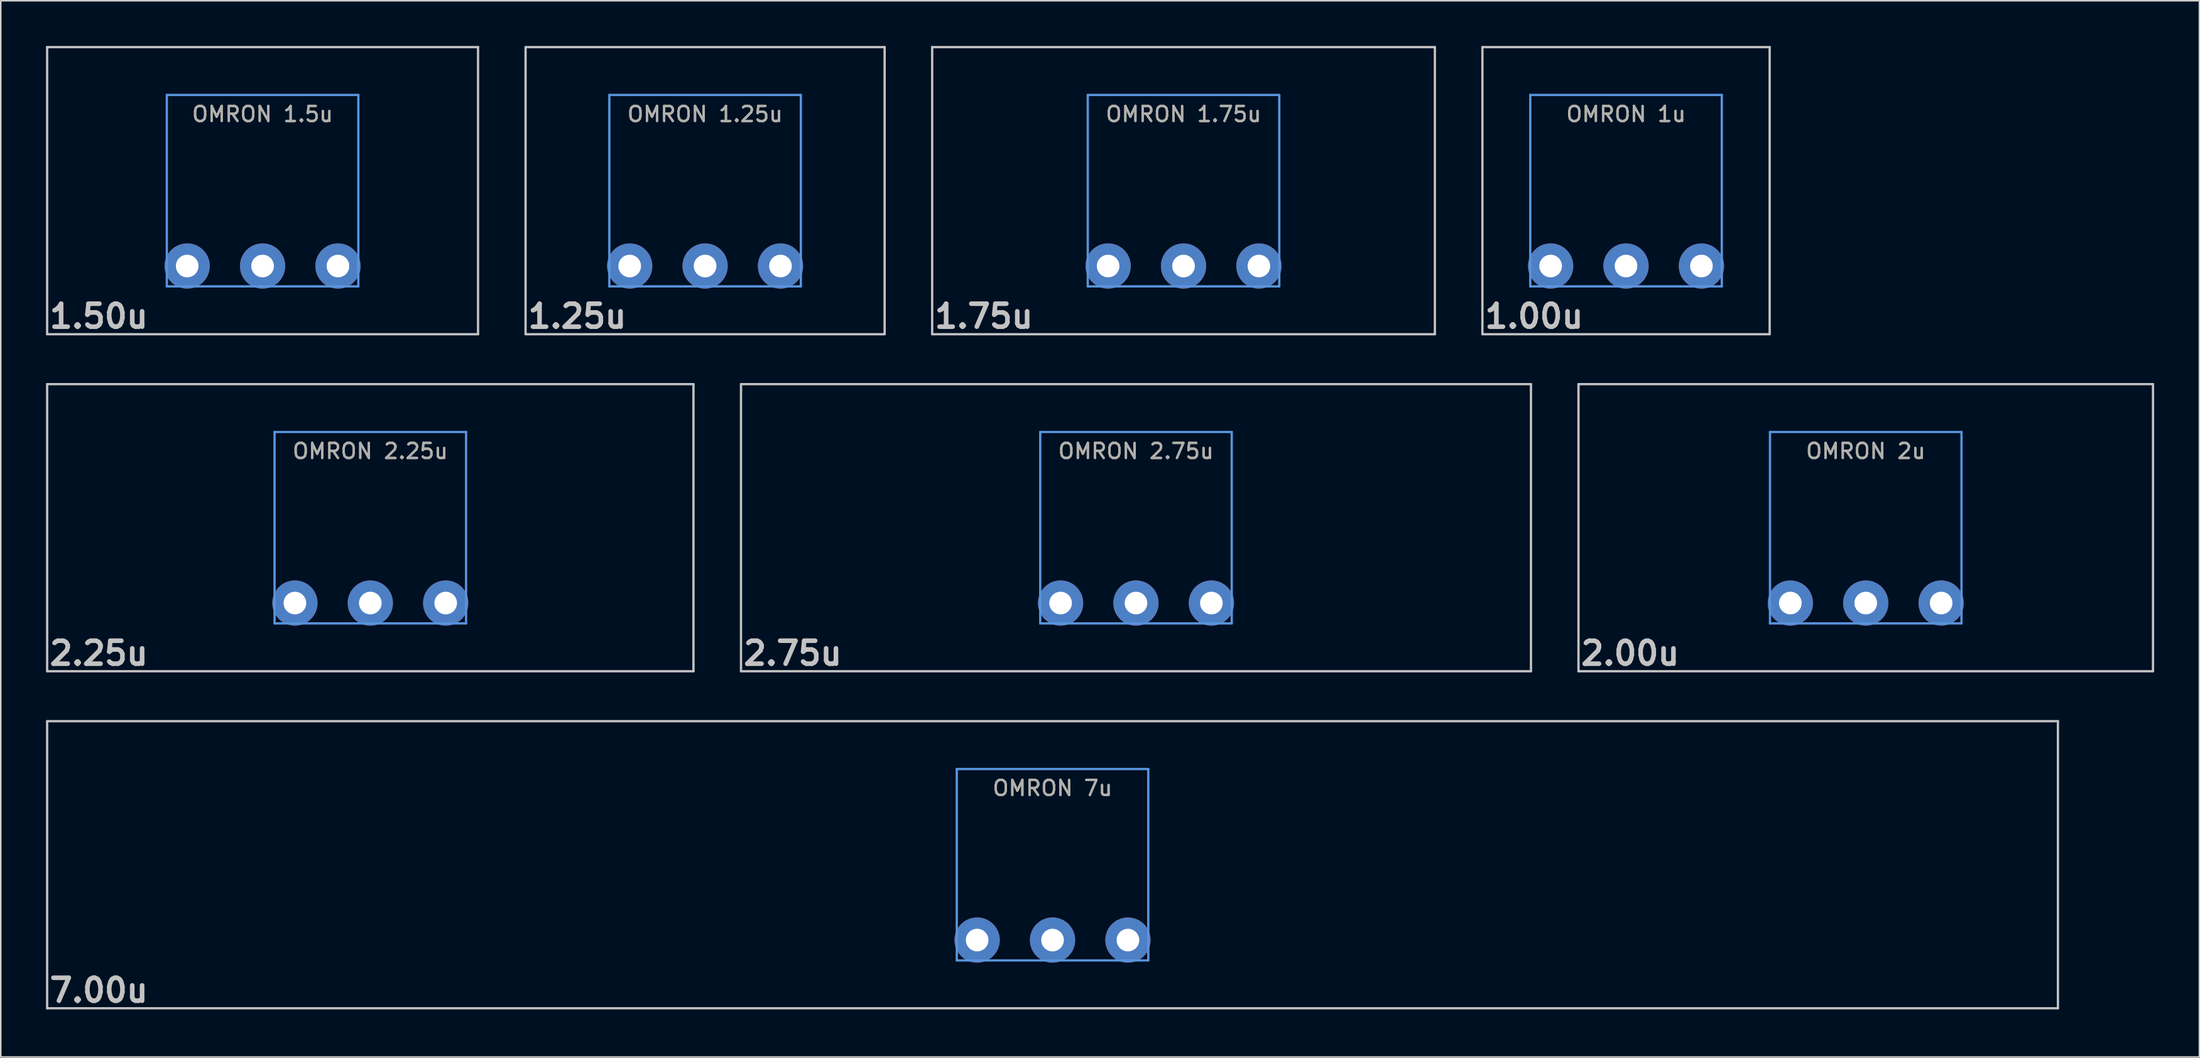
<source format=kicad_pcb>
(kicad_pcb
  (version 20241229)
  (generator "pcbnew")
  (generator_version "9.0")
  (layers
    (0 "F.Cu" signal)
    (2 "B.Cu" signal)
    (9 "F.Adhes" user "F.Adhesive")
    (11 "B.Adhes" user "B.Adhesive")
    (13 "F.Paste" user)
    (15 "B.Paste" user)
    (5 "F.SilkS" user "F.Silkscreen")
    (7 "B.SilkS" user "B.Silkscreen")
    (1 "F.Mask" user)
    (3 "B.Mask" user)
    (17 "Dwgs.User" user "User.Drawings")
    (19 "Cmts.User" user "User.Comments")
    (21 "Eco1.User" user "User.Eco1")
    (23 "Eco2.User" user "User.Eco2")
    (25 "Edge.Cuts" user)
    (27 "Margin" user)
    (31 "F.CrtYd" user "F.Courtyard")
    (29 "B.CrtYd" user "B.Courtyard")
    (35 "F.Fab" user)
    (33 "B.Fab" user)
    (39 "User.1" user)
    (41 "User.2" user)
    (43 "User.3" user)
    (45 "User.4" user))
  (footprint "OMRON 2u"
    (layer "F.Cu")
    (at 120.681 31.963)
    (property "Reference" "OMRON 2u" (at 0 -5.08 0) (unlocked yes) (layer "F.SilkS") (effects (font (size 1 1) (thickness 0.15))))
    (attr through_hole)
    (fp_line (start -19.05 -9.525) (end 19.05 -9.525) (stroke (width 0.152) (type solid)) (layer "Dwgs.User"))
    (fp_line (start -19.05 9.525) (end -19.05 -9.525) (stroke (width 0.152) (type solid)) (layer "Dwgs.User"))
    (fp_line (start 19.05 -9.525) (end 19.05 9.525) (stroke (width 0.152) (type solid)) (layer "Dwgs.User"))
    (fp_line (start 19.05 9.525) (end -19.05 9.525) (stroke (width 0.152) (type solid)) (layer "Dwgs.User"))
    (fp_line (start -6.35 -6.35) (end 6.35 -6.35) (stroke (width 0.152) (type solid)) (layer "Cmts.User"))
    (fp_line (start -6.35 6.35) (end -6.35 -6.35) (stroke (width 0.152) (type solid)) (layer "Cmts.User"))
    (fp_line (start 6.35 -6.35) (end 6.35 6.35) (stroke (width 0.152) (type solid)) (layer "Cmts.User"))
    (fp_line (start 6.35 6.35) (end -6.35 6.35) (stroke (width 0.152) (type solid)) (layer "Cmts.User"))
    (fp_text user "2.00u" (at -19.05 8.334 0) (unlocked yes) (layer "Dwgs.User") (effects (font (size 1.524 1.524) (thickness 0.305)) (justify left)))
    (fp_text user "${REFERENCE}" (at 0 -5.08 0) (unlocked yes) (layer "F.Fab") (effects (font (size 1 1) (thickness 0.15))))
    (pad "1" thru_hole circle (at -5 5) (size 3 3) (drill 1.5) (layers "*.Cu" "*.Mask"))
    (pad "1" thru_hole circle (at 5 5) (size 3 3) (drill 1.5) (layers "*.Cu" "*.Mask"))
    (pad "2" thru_hole circle (at 0 5) (size 3 3) (drill 1.5) (layers "*.Cu" "*.Mask")))
  (footprint "OMRON 1.75u"
    (layer "F.Cu")
    (at 75.438 9.601)
    (property "Reference" "OMRON 1.75u" (at 0 -5.08 0) (unlocked yes) (layer "F.SilkS") (effects (font (size 1 1) (thickness 0.15))))
    (attr through_hole)
    (fp_line (start -16.669 -9.525) (end 16.669 -9.525) (stroke (width 0.152) (type solid)) (layer "Dwgs.User"))
    (fp_line (start -16.669 9.525) (end -16.669 -9.525) (stroke (width 0.152) (type solid)) (layer "Dwgs.User"))
    (fp_line (start 16.669 -9.525) (end 16.669 9.525) (stroke (width 0.152) (type solid)) (layer "Dwgs.User"))
    (fp_line (start 16.669 9.525) (end -16.669 9.525) (stroke (width 0.152) (type solid)) (layer "Dwgs.User"))
    (fp_line (start -6.35 -6.35) (end 6.35 -6.35) (stroke (width 0.152) (type solid)) (layer "Cmts.User"))
    (fp_line (start -6.35 6.35) (end -6.35 -6.35) (stroke (width 0.152) (type solid)) (layer "Cmts.User"))
    (fp_line (start 6.35 -6.35) (end 6.35 6.35) (stroke (width 0.152) (type solid)) (layer "Cmts.User"))
    (fp_line (start 6.35 6.35) (end -6.35 6.35) (stroke (width 0.152) (type solid)) (layer "Cmts.User"))
    (fp_text user "1.75u" (at -16.669 8.334 0) (unlocked yes) (layer "Dwgs.User") (effects (font (size 1.524 1.524) (thickness 0.305)) (justify left)))
    (fp_text user "${REFERENCE}" (at 0 -5.08 0) (unlocked yes) (layer "F.Fab") (effects (font (size 1 1) (thickness 0.15))))
    (pad "1" thru_hole circle (at -5 5) (size 3 3) (drill 1.5) (layers "*.Cu" "*.Mask"))
    (pad "1" thru_hole circle (at 5 5) (size 3 3) (drill 1.5) (layers "*.Cu" "*.Mask"))
    (pad "2" thru_hole circle (at 0 5) (size 3 3) (drill 1.5) (layers "*.Cu" "*.Mask")))
  (footprint "OMRON 2.25u"
    (layer "F.Cu")
    (at 21.508 31.963)
    (property "Reference" "OMRON 2.25u" (at 0 -5.08 0) (unlocked yes) (layer "F.SilkS") (effects (font (size 1 1) (thickness 0.15))))
    (attr through_hole)
    (fp_line (start -21.431 -9.525) (end 21.431 -9.525) (stroke (width 0.152) (type solid)) (layer "Dwgs.User"))
    (fp_line (start -21.431 9.525) (end -21.431 -9.525) (stroke (width 0.152) (type solid)) (layer "Dwgs.User"))
    (fp_line (start 21.431 -9.525) (end 21.431 9.525) (stroke (width 0.152) (type solid)) (layer "Dwgs.User"))
    (fp_line (start 21.431 9.525) (end -21.431 9.525) (stroke (width 0.152) (type solid)) (layer "Dwgs.User"))
    (fp_line (start -6.35 -6.35) (end 6.35 -6.35) (stroke (width 0.152) (type solid)) (layer "Cmts.User"))
    (fp_line (start -6.35 6.35) (end -6.35 -6.35) (stroke (width 0.152) (type solid)) (layer "Cmts.User"))
    (fp_line (start 6.35 -6.35) (end 6.35 6.35) (stroke (width 0.152) (type solid)) (layer "Cmts.User"))
    (fp_line (start 6.35 6.35) (end -6.35 6.35) (stroke (width 0.152) (type solid)) (layer "Cmts.User"))
    (fp_text user "2.25u" (at -21.431 8.334 0) (unlocked yes) (layer "Dwgs.User") (effects (font (size 1.524 1.524) (thickness 0.305)) (justify left)))
    (fp_text user "${REFERENCE}" (at 0 -5.08 0) (unlocked yes) (layer "F.Fab") (effects (font (size 1 1) (thickness 0.15))))
    (pad "1" thru_hole circle (at -5 5) (size 3 3) (drill 1.5) (layers "*.Cu" "*.Mask"))
    (pad "1" thru_hole circle (at 5 5) (size 3 3) (drill 1.5) (layers "*.Cu" "*.Mask"))
    (pad "2" thru_hole circle (at 0 5) (size 3 3) (drill 1.5) (layers "*.Cu" "*.Mask")))
  (footprint "OMRON 7u"
    (layer "F.Cu")
    (at 66.751 54.325)
    (property "Reference" "OMRON 7u" (at 0 -5.08 0) (unlocked yes) (layer "F.SilkS") (effects (font (size 1 1) (thickness 0.15))))
    (attr through_hole)
    (fp_line (start -66.675 -9.525) (end 66.675 -9.525) (stroke (width 0.152) (type solid)) (layer "Dwgs.User"))
    (fp_line (start -66.675 9.525) (end -66.675 -9.525) (stroke (width 0.152) (type solid)) (layer "Dwgs.User"))
    (fp_line (start 66.675 -9.525) (end 66.675 9.525) (stroke (width 0.152) (type solid)) (layer "Dwgs.User"))
    (fp_line (start 66.675 9.525) (end -66.675 9.525) (stroke (width 0.152) (type solid)) (layer "Dwgs.User"))
    (fp_line (start -6.35 -6.35) (end 6.35 -6.35) (stroke (width 0.152) (type solid)) (layer "Cmts.User"))
    (fp_line (start -6.35 6.35) (end -6.35 -6.35) (stroke (width 0.152) (type solid)) (layer "Cmts.User"))
    (fp_line (start 6.35 -6.35) (end 6.35 6.35) (stroke (width 0.152) (type solid)) (layer "Cmts.User"))
    (fp_line (start 6.35 6.35) (end -6.35 6.35) (stroke (width 0.152) (type solid)) (layer "Cmts.User"))
    (fp_text user "7.00u" (at -66.675 8.334 0) (unlocked yes) (layer "Dwgs.User") (effects (font (size 1.524 1.524) (thickness 0.305)) (justify left)))
    (fp_text user "${REFERENCE}" (at 0 -5.08 0) (unlocked yes) (layer "F.Fab") (effects (font (size 1 1) (thickness 0.15))))
    (pad "1" thru_hole circle (at -5 5) (size 3 3) (drill 1.5) (layers "*.Cu" "*.Mask"))
    (pad "1" thru_hole circle (at 5 5) (size 3 3) (drill 1.5) (layers "*.Cu" "*.Mask"))
    (pad "2" thru_hole circle (at 0 5) (size 3 3) (drill 1.5) (layers "*.Cu" "*.Mask")))
  (footprint "OMRON 1.5u"
    (layer "F.Cu")
    (at 14.364 9.601)
    (property "Reference" "OMRON 1.5u" (at 0 -5.08 0) (unlocked yes) (layer "F.SilkS") (effects (font (size 1 1) (thickness 0.15))))
    (attr through_hole)
    (fp_line (start -14.288 -9.525) (end 14.288 -9.525) (stroke (width 0.152) (type solid)) (layer "Dwgs.User"))
    (fp_line (start -14.288 9.525) (end -14.288 -9.525) (stroke (width 0.152) (type solid)) (layer "Dwgs.User"))
    (fp_line (start 14.288 -9.525) (end 14.288 9.525) (stroke (width 0.152) (type solid)) (layer "Dwgs.User"))
    (fp_line (start 14.288 9.525) (end -14.288 9.525) (stroke (width 0.152) (type solid)) (layer "Dwgs.User"))
    (fp_line (start -6.35 -6.35) (end 6.35 -6.35) (stroke (width 0.152) (type solid)) (layer "Cmts.User"))
    (fp_line (start -6.35 6.35) (end -6.35 -6.35) (stroke (width 0.152) (type solid)) (layer "Cmts.User"))
    (fp_line (start 6.35 -6.35) (end 6.35 6.35) (stroke (width 0.152) (type solid)) (layer "Cmts.User"))
    (fp_line (start 6.35 6.35) (end -6.35 6.35) (stroke (width 0.152) (type solid)) (layer "Cmts.User"))
    (fp_text user "1.50u" (at -14.288 8.334 0) (unlocked yes) (layer "Dwgs.User") (effects (font (size 1.524 1.524) (thickness 0.305)) (justify left)))
    (fp_text user "${REFERENCE}" (at 0 -5.08 0) (unlocked yes) (layer "F.Fab") (effects (font (size 1 1) (thickness 0.15))))
    (pad "1" thru_hole circle (at -5 5) (size 3 3) (drill 1.5) (layers "*.Cu" "*.Mask"))
    (pad "1" thru_hole circle (at 5 5) (size 3 3) (drill 1.5) (layers "*.Cu" "*.Mask"))
    (pad "2" thru_hole circle (at 0 5) (size 3 3) (drill 1.5) (layers "*.Cu" "*.Mask")))
  (footprint "OMRON 1u"
    (layer "F.Cu")
    (at 104.784 9.601)
    (property "Reference" "OMRON 1u" (at 0 -5.08 0) (unlocked yes) (layer "F.SilkS") (effects (font (size 1 1) (thickness 0.15))))
    (attr through_hole)
    (fp_line (start -9.525 -9.525) (end 9.525 -9.525) (stroke (width 0.152) (type solid)) (layer "Dwgs.User"))
    (fp_line (start -9.525 9.525) (end -9.525 -9.525) (stroke (width 0.152) (type solid)) (layer "Dwgs.User"))
    (fp_line (start 9.525 -9.525) (end 9.525 9.525) (stroke (width 0.152) (type solid)) (layer "Dwgs.User"))
    (fp_line (start 9.525 9.525) (end -9.525 9.525) (stroke (width 0.152) (type solid)) (layer "Dwgs.User"))
    (fp_line (start -6.35 -6.35) (end 6.35 -6.35) (stroke (width 0.152) (type solid)) (layer "Cmts.User"))
    (fp_line (start -6.35 6.35) (end -6.35 -6.35) (stroke (width 0.152) (type solid)) (layer "Cmts.User"))
    (fp_line (start 6.35 -6.35) (end 6.35 6.35) (stroke (width 0.152) (type solid)) (layer "Cmts.User"))
    (fp_line (start 6.35 6.35) (end -6.35 6.35) (stroke (width 0.152) (type solid)) (layer "Cmts.User"))
    (fp_text user "1.00u" (at -9.525 8.334 0) (unlocked yes) (layer "Dwgs.User") (effects (font (size 1.524 1.524) (thickness 0.305)) (justify left)))
    (fp_text user "${REFERENCE}" (at 0 -5.08 0) (unlocked yes) (layer "F.Fab") (effects (font (size 1 1) (thickness 0.15))))
    (pad "1" thru_hole circle (at -5 5) (size 3 3) (drill 1.5) (layers "*.Cu" "*.Mask"))
    (pad "1" thru_hole circle (at 5 5) (size 3 3) (drill 1.5) (layers "*.Cu" "*.Mask"))
    (pad "2" thru_hole circle (at 0 5) (size 3 3) (drill 1.5) (layers "*.Cu" "*.Mask")))
  (footprint "OMRON 1.25u"
    (layer "F.Cu")
    (at 43.71 9.601)
    (property "Reference" "OMRON 1.25u" (at 0 -5.08 0) (unlocked yes) (layer "F.SilkS") (effects (font (size 1 1) (thickness 0.15))))
    (attr through_hole)
    (fp_line (start -11.906 -9.525) (end 11.906 -9.525) (stroke (width 0.152) (type solid)) (layer "Dwgs.User"))
    (fp_line (start -11.906 9.525) (end -11.906 -9.525) (stroke (width 0.152) (type solid)) (layer "Dwgs.User"))
    (fp_line (start 11.906 -9.525) (end 11.906 9.525) (stroke (width 0.152) (type solid)) (layer "Dwgs.User"))
    (fp_line (start 11.906 9.525) (end -11.906 9.525) (stroke (width 0.152) (type solid)) (layer "Dwgs.User"))
    (fp_line (start -6.35 -6.35) (end 6.35 -6.35) (stroke (width 0.152) (type solid)) (layer "Cmts.User"))
    (fp_line (start -6.35 6.35) (end -6.35 -6.35) (stroke (width 0.152) (type solid)) (layer "Cmts.User"))
    (fp_line (start 6.35 -6.35) (end 6.35 6.35) (stroke (width 0.152) (type solid)) (layer "Cmts.User"))
    (fp_line (start 6.35 6.35) (end -6.35 6.35) (stroke (width 0.152) (type solid)) (layer "Cmts.User"))
    (fp_text user "1.25u" (at -11.906 8.334 0) (unlocked yes) (layer "Dwgs.User") (effects (font (size 1.524 1.524) (thickness 0.305)) (justify left)))
    (fp_text user "${REFERENCE}" (at 0 -5.08 0) (unlocked yes) (layer "F.Fab") (effects (font (size 1 1) (thickness 0.15))))
    (pad "1" thru_hole circle (at -5 5) (size 3 3) (drill 1.5) (layers "*.Cu" "*.Mask"))
    (pad "1" thru_hole circle (at 5 5) (size 3 3) (drill 1.5) (layers "*.Cu" "*.Mask"))
    (pad "2" thru_hole circle (at 0 5) (size 3 3) (drill 1.5) (layers "*.Cu" "*.Mask")))
  (footprint "OMRON 2.75u"
    (layer "F.Cu")
    (at 72.285 31.963)
    (property "Reference" "OMRON 2.75u" (at 0 -5.08 0) (unlocked yes) (layer "F.SilkS") (effects (font (size 1 1) (thickness 0.15))))
    (attr through_hole)
    (fp_line (start -26.194 -9.525) (end 26.194 -9.525) (stroke (width 0.152) (type solid)) (layer "Dwgs.User"))
    (fp_line (start -26.194 9.525) (end -26.194 -9.525) (stroke (width 0.152) (type solid)) (layer "Dwgs.User"))
    (fp_line (start 26.194 -9.525) (end 26.194 9.525) (stroke (width 0.152) (type solid)) (layer "Dwgs.User"))
    (fp_line (start 26.194 9.525) (end -26.194 9.525) (stroke (width 0.152) (type solid)) (layer "Dwgs.User"))
    (fp_line (start -6.35 -6.35) (end 6.35 -6.35) (stroke (width 0.152) (type solid)) (layer "Cmts.User"))
    (fp_line (start -6.35 6.35) (end -6.35 -6.35) (stroke (width 0.152) (type solid)) (layer "Cmts.User"))
    (fp_line (start 6.35 -6.35) (end 6.35 6.35) (stroke (width 0.152) (type solid)) (layer "Cmts.User"))
    (fp_line (start 6.35 6.35) (end -6.35 6.35) (stroke (width 0.152) (type solid)) (layer "Cmts.User"))
    (fp_text user "2.75u" (at -26.194 8.334 0) (unlocked yes) (layer "Dwgs.User") (effects (font (size 1.524 1.524) (thickness 0.305)) (justify left)))
    (fp_text user "${REFERENCE}" (at 0 -5.08 0) (unlocked yes) (layer "F.Fab") (effects (font (size 1 1) (thickness 0.15))))
    (pad "1" thru_hole circle (at -5 5) (size 3 3) (drill 1.5) (layers "*.Cu" "*.Mask"))
    (pad "1" thru_hole circle (at 5 5) (size 3 3) (drill 1.5) (layers "*.Cu" "*.Mask"))
    (pad "2" thru_hole circle (at 0 5) (size 3 3) (drill 1.5) (layers "*.Cu" "*.Mask")))
  (gr_rect
    (start -3 -3)
    (end 142.808 67.086)
    (stroke (width 0.1) (type default))
    (fill no)
    (layer "Edge.Cuts")))
</source>
